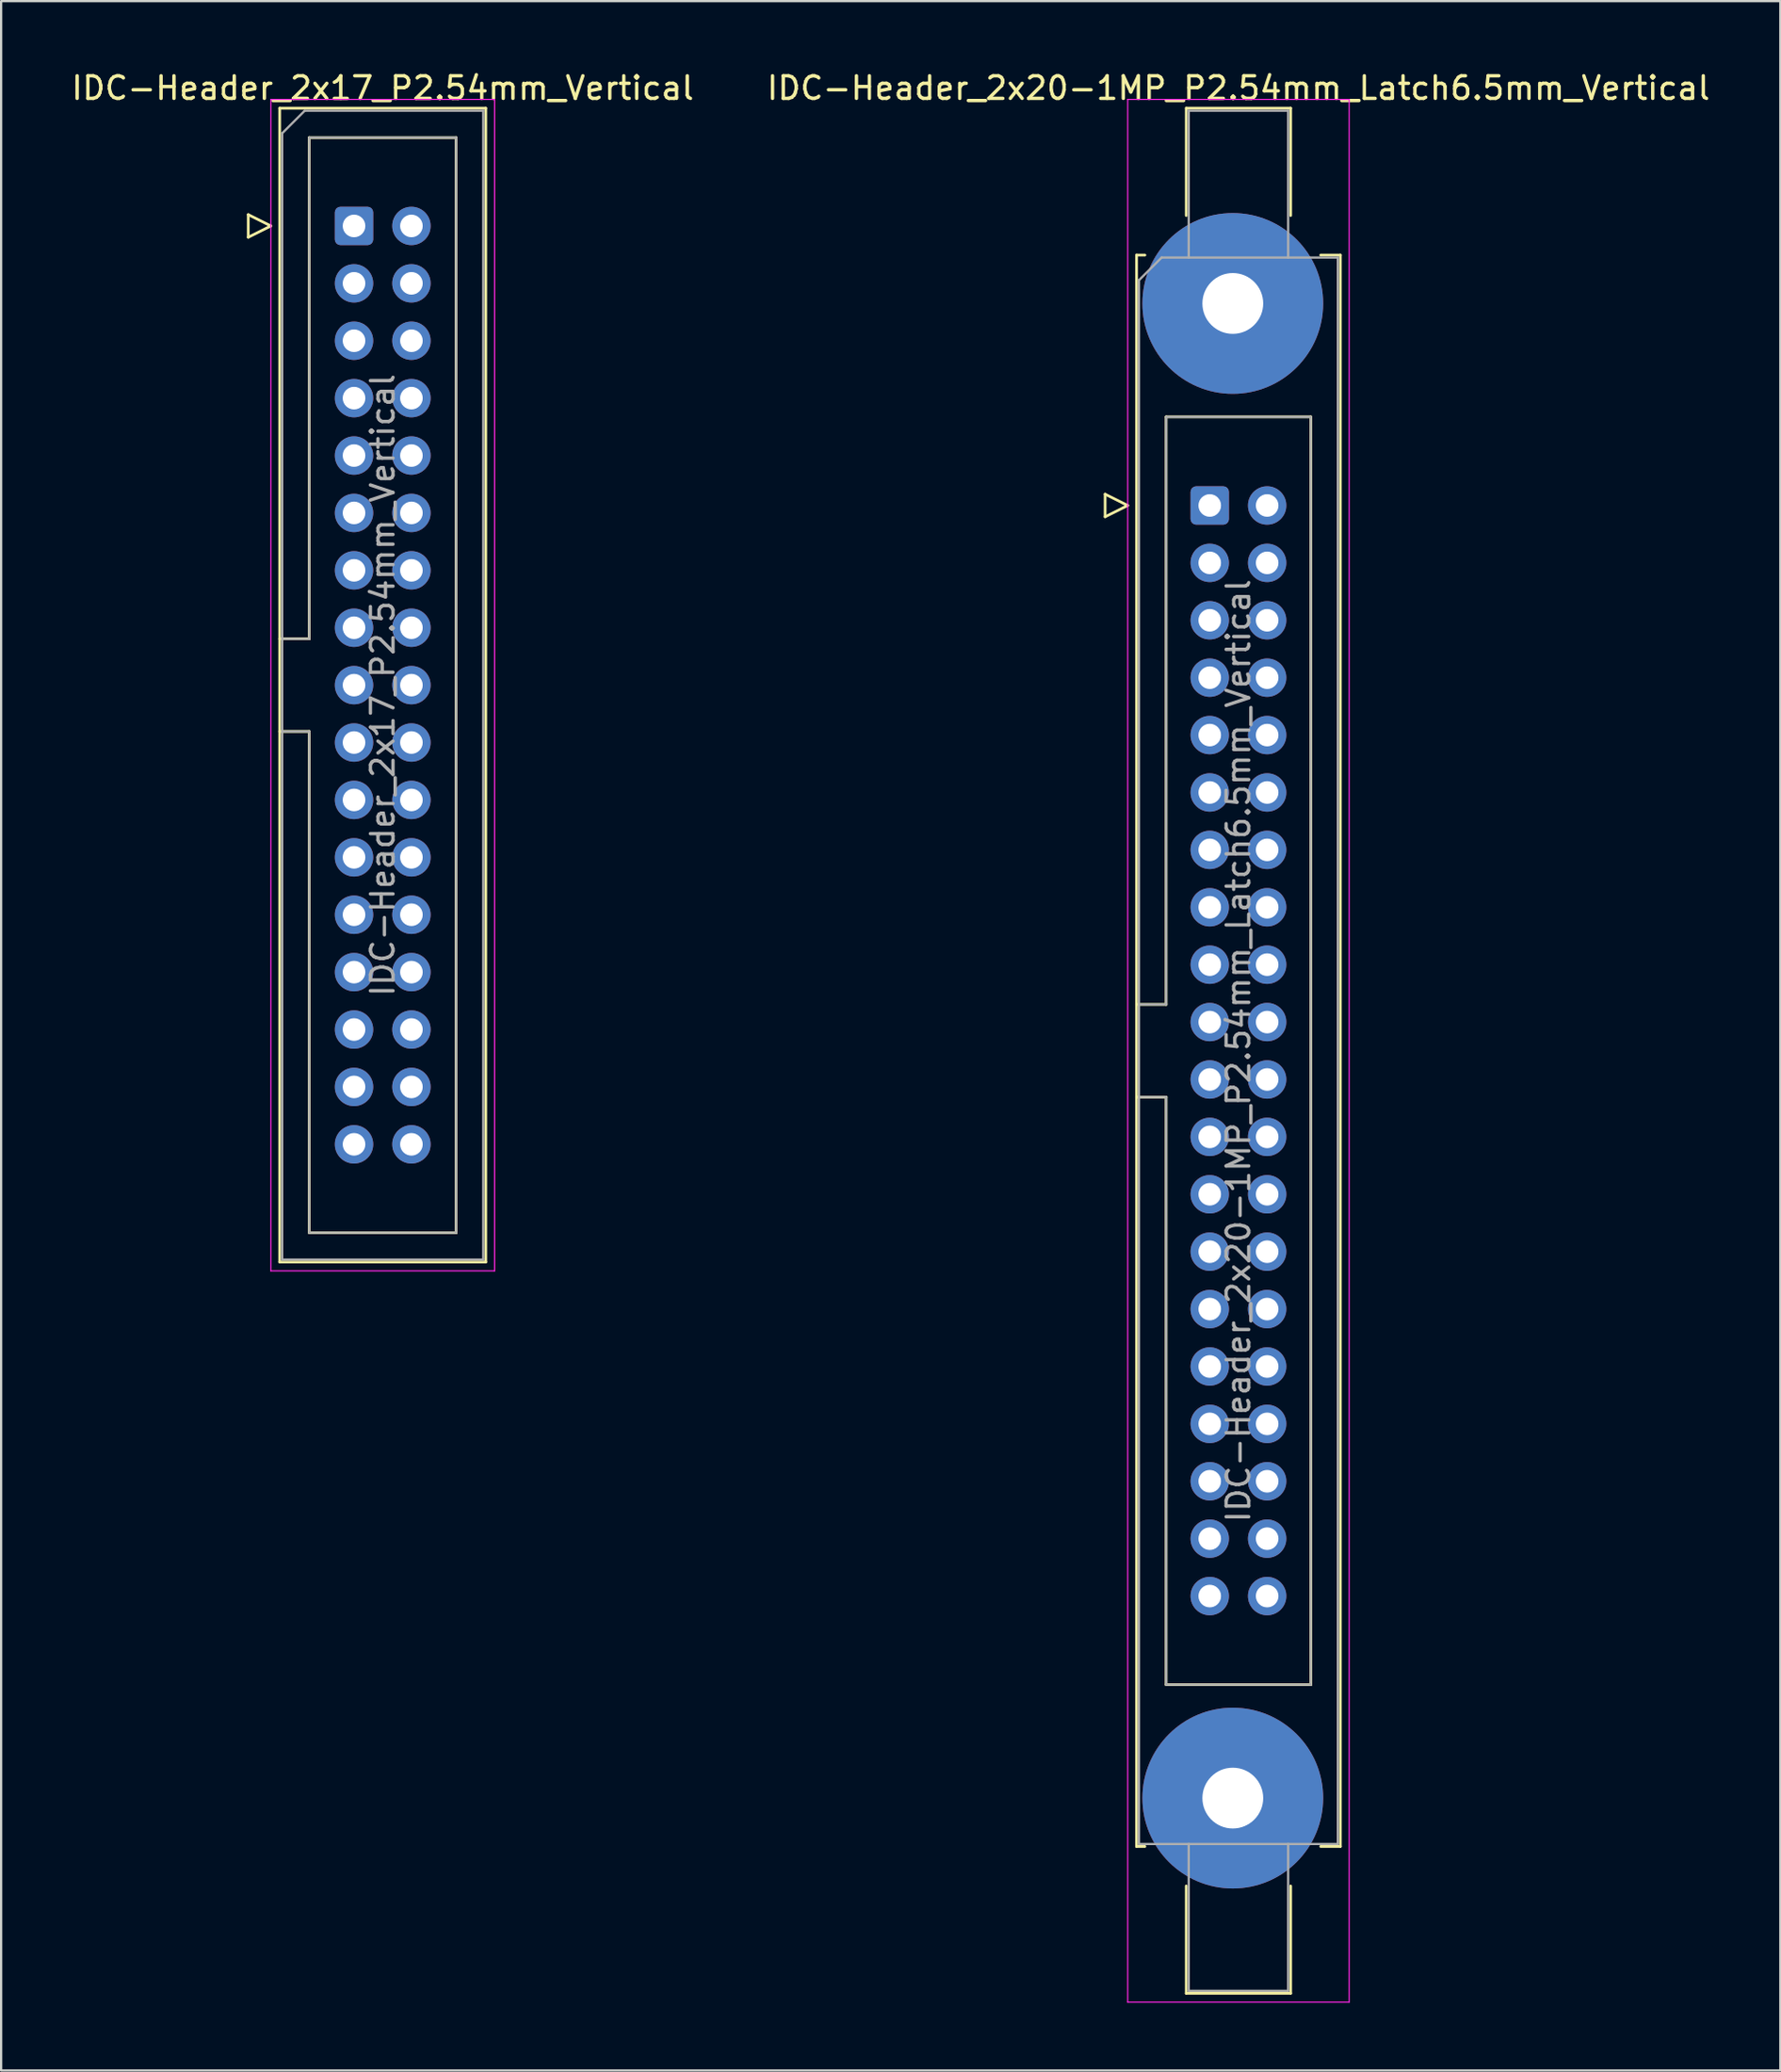
<source format=kicad_pcb>
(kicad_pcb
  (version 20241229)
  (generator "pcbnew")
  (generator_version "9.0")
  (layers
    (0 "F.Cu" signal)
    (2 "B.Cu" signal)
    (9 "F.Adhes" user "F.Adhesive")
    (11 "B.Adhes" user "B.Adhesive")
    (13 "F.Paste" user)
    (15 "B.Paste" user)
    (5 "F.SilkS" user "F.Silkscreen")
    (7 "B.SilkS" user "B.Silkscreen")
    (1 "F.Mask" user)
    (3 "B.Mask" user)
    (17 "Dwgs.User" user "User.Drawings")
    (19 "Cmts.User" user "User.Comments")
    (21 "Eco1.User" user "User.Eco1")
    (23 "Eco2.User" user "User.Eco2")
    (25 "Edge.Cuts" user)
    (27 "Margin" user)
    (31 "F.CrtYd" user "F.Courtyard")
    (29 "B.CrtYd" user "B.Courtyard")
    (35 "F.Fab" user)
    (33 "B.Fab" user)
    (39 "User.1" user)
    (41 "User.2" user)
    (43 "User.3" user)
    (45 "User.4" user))
  (footprint "IDC-Header_2x20-1MP_P2.54mm_Latch6.5mm_Vertical"
    (layer "F.Cu")
    (at 50.486 19.318)
    (property "Reference" "IDC-Header_2x20-1MP_P2.54mm_Latch6.5mm_Vertical" (at 1.27 -18.47 0) (layer "F.SilkS") (effects (font (size 1 1) (thickness 0.15))))
    (attr through_hole)
    (fp_line (start -4.63 -0.5) (end -4.63 0.5) (stroke (width 0.12) (type solid)) (layer "F.SilkS"))
    (fp_line (start -4.63 0.5) (end -3.63 0) (stroke (width 0.12) (type solid)) (layer "F.SilkS"))
    (fp_line (start -3.63 0) (end -4.63 -0.5) (stroke (width 0.12) (type solid)) (layer "F.SilkS"))
    (fp_line (start -3.24 -11.08) (end -3.24 59.34) (stroke (width 0.12) (type solid)) (layer "F.SilkS"))
    (fp_line (start -3.24 22.08) (end -1.93 22.08) (stroke (width 0.12) (type solid)) (layer "F.SilkS"))
    (fp_line (start -3.24 59.34) (end -2.87 59.34) (stroke (width 0.12) (type solid)) (layer "F.SilkS"))
    (fp_line (start -2.87 -11.08) (end -3.24 -11.08) (stroke (width 0.12) (type solid)) (layer "F.SilkS"))
    (fp_line (start -1.93 -3.92) (end 4.47 -3.92) (stroke (width 0.12) (type solid)) (layer "F.SilkS"))
    (fp_line (start -1.93 22.08) (end -1.93 -3.92) (stroke (width 0.12) (type solid)) (layer "F.SilkS"))
    (fp_line (start -1.93 26.18) (end -3.24 26.18) (stroke (width 0.12) (type solid)) (layer "F.SilkS"))
    (fp_line (start -1.93 52.18) (end -1.93 26.18) (stroke (width 0.12) (type solid)) (layer "F.SilkS"))
    (fp_line (start -1.04 -17.58) (end 3.58 -17.58) (stroke (width 0.12) (type solid)) (layer "F.SilkS"))
    (fp_line (start -1.04 -12.83) (end -1.04 -17.58) (stroke (width 0.12) (type solid)) (layer "F.SilkS"))
    (fp_line (start -1.04 61.09) (end -1.04 65.84) (stroke (width 0.12) (type solid)) (layer "F.SilkS"))
    (fp_line (start -1.04 65.84) (end 3.58 65.84) (stroke (width 0.12) (type solid)) (layer "F.SilkS"))
    (fp_line (start 3.58 -17.58) (end 3.58 -12.83) (stroke (width 0.12) (type solid)) (layer "F.SilkS"))
    (fp_line (start 3.58 65.84) (end 3.58 61.09) (stroke (width 0.12) (type solid)) (layer "F.SilkS"))
    (fp_line (start 4.47 -3.92) (end 4.47 52.18) (stroke (width 0.12) (type solid)) (layer "F.SilkS"))
    (fp_line (start 4.47 52.18) (end -1.93 52.18) (stroke (width 0.12) (type solid)) (layer "F.SilkS"))
    (fp_line (start 4.91 -11.08) (end 5.78 -11.08) (stroke (width 0.12) (type solid)) (layer "F.SilkS"))
    (fp_line (start 5.78 -11.08) (end 5.78 59.34) (stroke (width 0.12) (type solid)) (layer "F.SilkS"))
    (fp_line (start 5.78 59.34) (end 4.91 59.34) (stroke (width 0.12) (type solid)) (layer "F.SilkS"))
    (fp_line (start -3.63 -17.97) (end -3.63 66.23) (stroke (width 0.05) (type solid)) (layer "F.CrtYd"))
    (fp_line (start -3.63 66.23) (end 6.17 66.23) (stroke (width 0.05) (type solid)) (layer "F.CrtYd"))
    (fp_line (start 6.17 -17.97) (end -3.63 -17.97) (stroke (width 0.05) (type solid)) (layer "F.CrtYd"))
    (fp_line (start 6.17 66.23) (end 6.17 -17.97) (stroke (width 0.05) (type solid)) (layer "F.CrtYd"))
    (fp_line (start -3.13 -9.97) (end -2.13 -10.97) (stroke (width 0.1) (type solid)) (layer "F.Fab"))
    (fp_line (start -3.13 22.08) (end -1.93 22.08) (stroke (width 0.1) (type solid)) (layer "F.Fab"))
    (fp_line (start -3.13 59.23) (end -3.13 -9.97) (stroke (width 0.1) (type solid)) (layer "F.Fab"))
    (fp_line (start -2.13 -10.97) (end 5.67 -10.97) (stroke (width 0.1) (type solid)) (layer "F.Fab"))
    (fp_line (start -1.93 -3.92) (end 4.47 -3.92) (stroke (width 0.1) (type solid)) (layer "F.Fab"))
    (fp_line (start -1.93 22.08) (end -1.93 -3.92) (stroke (width 0.1) (type solid)) (layer "F.Fab"))
    (fp_line (start -1.93 26.18) (end -3.13 26.18) (stroke (width 0.1) (type solid)) (layer "F.Fab"))
    (fp_line (start -1.93 52.18) (end -1.93 26.18) (stroke (width 0.1) (type solid)) (layer "F.Fab"))
    (fp_line (start -0.93 -17.47) (end 3.47 -17.47) (stroke (width 0.1) (type solid)) (layer "F.Fab"))
    (fp_line (start -0.93 -10.97) (end -0.93 -17.47) (stroke (width 0.1) (type solid)) (layer "F.Fab"))
    (fp_line (start -0.93 59.23) (end -0.93 65.73) (stroke (width 0.1) (type solid)) (layer "F.Fab"))
    (fp_line (start -0.93 65.73) (end 3.47 65.73) (stroke (width 0.1) (type solid)) (layer "F.Fab"))
    (fp_line (start 3.47 -17.47) (end 3.47 -10.97) (stroke (width 0.1) (type solid)) (layer "F.Fab"))
    (fp_line (start 3.47 65.73) (end 3.47 59.23) (stroke (width 0.1) (type solid)) (layer "F.Fab"))
    (fp_line (start 4.47 -3.92) (end 4.47 52.18) (stroke (width 0.1) (type solid)) (layer "F.Fab"))
    (fp_line (start 4.47 52.18) (end -1.93 52.18) (stroke (width 0.1) (type solid)) (layer "F.Fab"))
    (fp_line (start 5.67 -10.97) (end 5.67 59.23) (stroke (width 0.1) (type solid)) (layer "F.Fab"))
    (fp_line (start 5.67 59.23) (end -3.13 59.23) (stroke (width 0.1) (type solid)) (layer "F.Fab"))
    (fp_text user "${REFERENCE}" (at 1.27 24.13 90) (layer "F.Fab") (effects (font (size 1 1) (thickness 0.15))))
    (pad "1" thru_hole roundrect (at 0 0) (size 1.7 1.7) (drill 1) (layers "*.Cu" "*.Mask") (roundrect_rratio 0.147))
    (pad "2" thru_hole circle (at 2.54 0) (size 1.7 1.7) (drill 1) (layers "*.Cu" "*.Mask"))
    (pad "3" thru_hole circle (at 0 2.54) (size 1.7 1.7) (drill 1) (layers "*.Cu" "*.Mask"))
    (pad "4" thru_hole circle (at 2.54 2.54) (size 1.7 1.7) (drill 1) (layers "*.Cu" "*.Mask"))
    (pad "5" thru_hole circle (at 0 5.08) (size 1.7 1.7) (drill 1) (layers "*.Cu" "*.Mask"))
    (pad "6" thru_hole circle (at 2.54 5.08) (size 1.7 1.7) (drill 1) (layers "*.Cu" "*.Mask"))
    (pad "7" thru_hole circle (at 0 7.62) (size 1.7 1.7) (drill 1) (layers "*.Cu" "*.Mask"))
    (pad "8" thru_hole circle (at 2.54 7.62) (size 1.7 1.7) (drill 1) (layers "*.Cu" "*.Mask"))
    (pad "9" thru_hole circle (at 0 10.16) (size 1.7 1.7) (drill 1) (layers "*.Cu" "*.Mask"))
    (pad "10" thru_hole circle (at 2.54 10.16) (size 1.7 1.7) (drill 1) (layers "*.Cu" "*.Mask"))
    (pad "11" thru_hole circle (at 0 12.7) (size 1.7 1.7) (drill 1) (layers "*.Cu" "*.Mask"))
    (pad "12" thru_hole circle (at 2.54 12.7) (size 1.7 1.7) (drill 1) (layers "*.Cu" "*.Mask"))
    (pad "13" thru_hole circle (at 0 15.24) (size 1.7 1.7) (drill 1) (layers "*.Cu" "*.Mask"))
    (pad "14" thru_hole circle (at 2.54 15.24) (size 1.7 1.7) (drill 1) (layers "*.Cu" "*.Mask"))
    (pad "15" thru_hole circle (at 0 17.78) (size 1.7 1.7) (drill 1) (layers "*.Cu" "*.Mask"))
    (pad "16" thru_hole circle (at 2.54 17.78) (size 1.7 1.7) (drill 1) (layers "*.Cu" "*.Mask"))
    (pad "17" thru_hole circle (at 0 20.32) (size 1.7 1.7) (drill 1) (layers "*.Cu" "*.Mask"))
    (pad "18" thru_hole circle (at 2.54 20.32) (size 1.7 1.7) (drill 1) (layers "*.Cu" "*.Mask"))
    (pad "19" thru_hole circle (at 0 22.86) (size 1.7 1.7) (drill 1) (layers "*.Cu" "*.Mask"))
    (pad "20" thru_hole circle (at 2.54 22.86) (size 1.7 1.7) (drill 1) (layers "*.Cu" "*.Mask"))
    (pad "21" thru_hole circle (at 0 25.4) (size 1.7 1.7) (drill 1) (layers "*.Cu" "*.Mask"))
    (pad "22" thru_hole circle (at 2.54 25.4) (size 1.7 1.7) (drill 1) (layers "*.Cu" "*.Mask"))
    (pad "23" thru_hole circle (at 0 27.94) (size 1.7 1.7) (drill 1) (layers "*.Cu" "*.Mask"))
    (pad "24" thru_hole circle (at 2.54 27.94) (size 1.7 1.7) (drill 1) (layers "*.Cu" "*.Mask"))
    (pad "25" thru_hole circle (at 0 30.48) (size 1.7 1.7) (drill 1) (layers "*.Cu" "*.Mask"))
    (pad "26" thru_hole circle (at 2.54 30.48) (size 1.7 1.7) (drill 1) (layers "*.Cu" "*.Mask"))
    (pad "27" thru_hole circle (at 0 33.02) (size 1.7 1.7) (drill 1) (layers "*.Cu" "*.Mask"))
    (pad "28" thru_hole circle (at 2.54 33.02) (size 1.7 1.7) (drill 1) (layers "*.Cu" "*.Mask"))
    (pad "29" thru_hole circle (at 0 35.56) (size 1.7 1.7) (drill 1) (layers "*.Cu" "*.Mask"))
    (pad "30" thru_hole circle (at 2.54 35.56) (size 1.7 1.7) (drill 1) (layers "*.Cu" "*.Mask"))
    (pad "31" thru_hole circle (at 0 38.1) (size 1.7 1.7) (drill 1) (layers "*.Cu" "*.Mask"))
    (pad "32" thru_hole circle (at 2.54 38.1) (size 1.7 1.7) (drill 1) (layers "*.Cu" "*.Mask"))
    (pad "33" thru_hole circle (at 0 40.64) (size 1.7 1.7) (drill 1) (layers "*.Cu" "*.Mask"))
    (pad "34" thru_hole circle (at 2.54 40.64) (size 1.7 1.7) (drill 1) (layers "*.Cu" "*.Mask"))
    (pad "35" thru_hole circle (at 0 43.18) (size 1.7 1.7) (drill 1) (layers "*.Cu" "*.Mask"))
    (pad "36" thru_hole circle (at 2.54 43.18) (size 1.7 1.7) (drill 1) (layers "*.Cu" "*.Mask"))
    (pad "37" thru_hole circle (at 0 45.72) (size 1.7 1.7) (drill 1) (layers "*.Cu" "*.Mask"))
    (pad "38" thru_hole circle (at 2.54 45.72) (size 1.7 1.7) (drill 1) (layers "*.Cu" "*.Mask"))
    (pad "39" thru_hole circle (at 0 48.26) (size 1.7 1.7) (drill 1) (layers "*.Cu" "*.Mask"))
    (pad "40" thru_hole circle (at 2.54 48.26) (size 1.7 1.7) (drill 1) (layers "*.Cu" "*.Mask"))
    (pad "MP" thru_hole circle (at 1.02 -8.94) (size 8 8) (drill 2.69) (layers "*.Cu" "*.Mask"))
    (pad "MP" thru_hole circle (at 1.02 57.2) (size 8 8) (drill 2.69) (layers "*.Cu" "*.Mask")))
  (footprint "IDC-Header_2x17_P2.54mm_Vertical"
    (layer "F.Cu")
    (at 12.617 6.948)
    (property "Reference" "IDC-Header_2x17_P2.54mm_Vertical" (at 1.27 -6.1 0) (layer "F.SilkS") (effects (font (size 1 1) (thickness 0.15))))
    (attr through_hole)
    (fp_line (start -4.68 -0.5) (end -4.68 0.5) (stroke (width 0.12) (type solid)) (layer "F.SilkS"))
    (fp_line (start -4.68 0.5) (end -3.68 0) (stroke (width 0.12) (type solid)) (layer "F.SilkS"))
    (fp_line (start -3.68 0) (end -4.68 -0.5) (stroke (width 0.12) (type solid)) (layer "F.SilkS"))
    (fp_line (start -3.29 -5.21) (end 5.83 -5.21) (stroke (width 0.12) (type solid)) (layer "F.SilkS"))
    (fp_line (start -3.29 18.27) (end -1.98 18.27) (stroke (width 0.12) (type solid)) (layer "F.SilkS"))
    (fp_line (start -3.29 45.85) (end -3.29 -5.21) (stroke (width 0.12) (type solid)) (layer "F.SilkS"))
    (fp_line (start -1.98 -3.91) (end 4.52 -3.91) (stroke (width 0.12) (type solid)) (layer "F.SilkS"))
    (fp_line (start -1.98 18.27) (end -1.98 -3.91) (stroke (width 0.12) (type solid)) (layer "F.SilkS"))
    (fp_line (start -1.98 22.37) (end -3.29 22.37) (stroke (width 0.12) (type solid)) (layer "F.SilkS"))
    (fp_line (start -1.98 44.55) (end -1.98 22.37) (stroke (width 0.12) (type solid)) (layer "F.SilkS"))
    (fp_line (start 4.52 -3.91) (end 4.52 44.55) (stroke (width 0.12) (type solid)) (layer "F.SilkS"))
    (fp_line (start 4.52 44.55) (end -1.98 44.55) (stroke (width 0.12) (type solid)) (layer "F.SilkS"))
    (fp_line (start 5.83 -5.21) (end 5.83 45.85) (stroke (width 0.12) (type solid)) (layer "F.SilkS"))
    (fp_line (start 5.83 45.85) (end -3.29 45.85) (stroke (width 0.12) (type solid)) (layer "F.SilkS"))
    (fp_line (start -3.68 -5.6) (end -3.68 46.24) (stroke (width 0.05) (type solid)) (layer "F.CrtYd"))
    (fp_line (start -3.68 46.24) (end 6.22 46.24) (stroke (width 0.05) (type solid)) (layer "F.CrtYd"))
    (fp_line (start 6.22 -5.6) (end -3.68 -5.6) (stroke (width 0.05) (type solid)) (layer "F.CrtYd"))
    (fp_line (start 6.22 46.24) (end 6.22 -5.6) (stroke (width 0.05) (type solid)) (layer "F.CrtYd"))
    (fp_line (start -3.18 -4.1) (end -2.18 -5.1) (stroke (width 0.1) (type solid)) (layer "F.Fab"))
    (fp_line (start -3.18 18.27) (end -1.98 18.27) (stroke (width 0.1) (type solid)) (layer "F.Fab"))
    (fp_line (start -3.18 45.74) (end -3.18 -4.1) (stroke (width 0.1) (type solid)) (layer "F.Fab"))
    (fp_line (start -2.18 -5.1) (end 5.72 -5.1) (stroke (width 0.1) (type solid)) (layer "F.Fab"))
    (fp_line (start -1.98 -3.91) (end 4.52 -3.91) (stroke (width 0.1) (type solid)) (layer "F.Fab"))
    (fp_line (start -1.98 18.27) (end -1.98 -3.91) (stroke (width 0.1) (type solid)) (layer "F.Fab"))
    (fp_line (start -1.98 22.37) (end -3.18 22.37) (stroke (width 0.1) (type solid)) (layer "F.Fab"))
    (fp_line (start -1.98 44.55) (end -1.98 22.37) (stroke (width 0.1) (type solid)) (layer "F.Fab"))
    (fp_line (start 4.52 -3.91) (end 4.52 44.55) (stroke (width 0.1) (type solid)) (layer "F.Fab"))
    (fp_line (start 4.52 44.55) (end -1.98 44.55) (stroke (width 0.1) (type solid)) (layer "F.Fab"))
    (fp_line (start 5.72 -5.1) (end 5.72 45.74) (stroke (width 0.1) (type solid)) (layer "F.Fab"))
    (fp_line (start 5.72 45.74) (end -3.18 45.74) (stroke (width 0.1) (type solid)) (layer "F.Fab"))
    (fp_text user "${REFERENCE}" (at 1.27 20.32 90) (layer "F.Fab") (effects (font (size 1 1) (thickness 0.15))))
    (pad "1" thru_hole roundrect (at 0 0) (size 1.7 1.7) (drill 1) (layers "*.Cu" "*.Mask") (roundrect_rratio 0.147))
    (pad "2" thru_hole circle (at 2.54 0) (size 1.7 1.7) (drill 1) (layers "*.Cu" "*.Mask"))
    (pad "3" thru_hole circle (at 0 2.54) (size 1.7 1.7) (drill 1) (layers "*.Cu" "*.Mask"))
    (pad "4" thru_hole circle (at 2.54 2.54) (size 1.7 1.7) (drill 1) (layers "*.Cu" "*.Mask"))
    (pad "5" thru_hole circle (at 0 5.08) (size 1.7 1.7) (drill 1) (layers "*.Cu" "*.Mask"))
    (pad "6" thru_hole circle (at 2.54 5.08) (size 1.7 1.7) (drill 1) (layers "*.Cu" "*.Mask"))
    (pad "7" thru_hole circle (at 0 7.62) (size 1.7 1.7) (drill 1) (layers "*.Cu" "*.Mask"))
    (pad "8" thru_hole circle (at 2.54 7.62) (size 1.7 1.7) (drill 1) (layers "*.Cu" "*.Mask"))
    (pad "9" thru_hole circle (at 0 10.16) (size 1.7 1.7) (drill 1) (layers "*.Cu" "*.Mask"))
    (pad "10" thru_hole circle (at 2.54 10.16) (size 1.7 1.7) (drill 1) (layers "*.Cu" "*.Mask"))
    (pad "11" thru_hole circle (at 0 12.7) (size 1.7 1.7) (drill 1) (layers "*.Cu" "*.Mask"))
    (pad "12" thru_hole circle (at 2.54 12.7) (size 1.7 1.7) (drill 1) (layers "*.Cu" "*.Mask"))
    (pad "13" thru_hole circle (at 0 15.24) (size 1.7 1.7) (drill 1) (layers "*.Cu" "*.Mask"))
    (pad "14" thru_hole circle (at 2.54 15.24) (size 1.7 1.7) (drill 1) (layers "*.Cu" "*.Mask"))
    (pad "15" thru_hole circle (at 0 17.78) (size 1.7 1.7) (drill 1) (layers "*.Cu" "*.Mask"))
    (pad "16" thru_hole circle (at 2.54 17.78) (size 1.7 1.7) (drill 1) (layers "*.Cu" "*.Mask"))
    (pad "17" thru_hole circle (at 0 20.32) (size 1.7 1.7) (drill 1) (layers "*.Cu" "*.Mask"))
    (pad "18" thru_hole circle (at 2.54 20.32) (size 1.7 1.7) (drill 1) (layers "*.Cu" "*.Mask"))
    (pad "19" thru_hole circle (at 0 22.86) (size 1.7 1.7) (drill 1) (layers "*.Cu" "*.Mask"))
    (pad "20" thru_hole circle (at 2.54 22.86) (size 1.7 1.7) (drill 1) (layers "*.Cu" "*.Mask"))
    (pad "21" thru_hole circle (at 0 25.4) (size 1.7 1.7) (drill 1) (layers "*.Cu" "*.Mask"))
    (pad "22" thru_hole circle (at 2.54 25.4) (size 1.7 1.7) (drill 1) (layers "*.Cu" "*.Mask"))
    (pad "23" thru_hole circle (at 0 27.94) (size 1.7 1.7) (drill 1) (layers "*.Cu" "*.Mask"))
    (pad "24" thru_hole circle (at 2.54 27.94) (size 1.7 1.7) (drill 1) (layers "*.Cu" "*.Mask"))
    (pad "25" thru_hole circle (at 0 30.48) (size 1.7 1.7) (drill 1) (layers "*.Cu" "*.Mask"))
    (pad "26" thru_hole circle (at 2.54 30.48) (size 1.7 1.7) (drill 1) (layers "*.Cu" "*.Mask"))
    (pad "27" thru_hole circle (at 0 33.02) (size 1.7 1.7) (drill 1) (layers "*.Cu" "*.Mask"))
    (pad "28" thru_hole circle (at 2.54 33.02) (size 1.7 1.7) (drill 1) (layers "*.Cu" "*.Mask"))
    (pad "29" thru_hole circle (at 0 35.56) (size 1.7 1.7) (drill 1) (layers "*.Cu" "*.Mask"))
    (pad "30" thru_hole circle (at 2.54 35.56) (size 1.7 1.7) (drill 1) (layers "*.Cu" "*.Mask"))
    (pad "31" thru_hole circle (at 0 38.1) (size 1.7 1.7) (drill 1) (layers "*.Cu" "*.Mask"))
    (pad "32" thru_hole circle (at 2.54 38.1) (size 1.7 1.7) (drill 1) (layers "*.Cu" "*.Mask"))
    (pad "33" thru_hole circle (at 0 40.64) (size 1.7 1.7) (drill 1) (layers "*.Cu" "*.Mask"))
    (pad "34" thru_hole circle (at 2.54 40.64) (size 1.7 1.7) (drill 1) (layers "*.Cu" "*.Mask")))
  (gr_rect
    (start -3 -3)
    (end 75.738 88.573)
    (stroke (width 0.1) (type default))
    (fill no)
    (layer "Edge.Cuts")))
</source>
